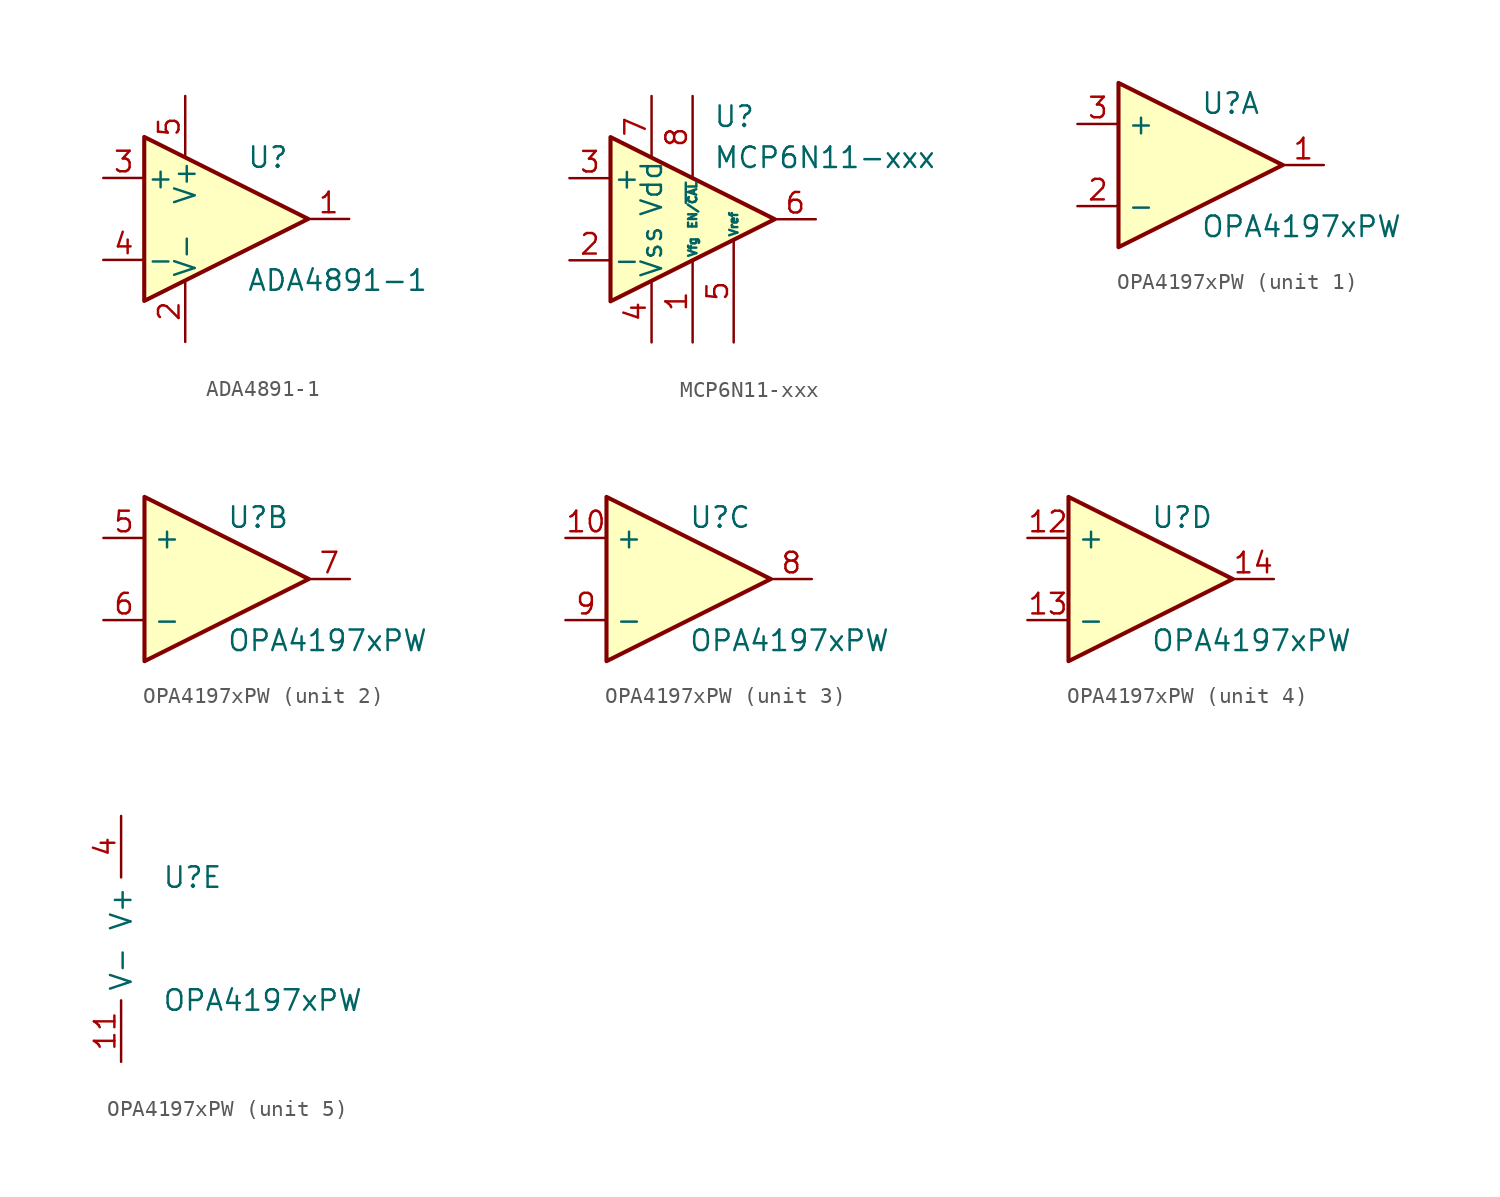
<source format=kicad_sym>
(kicad_symbol_lib
  (version 20211014)
  (generator kicad_symbol_editor)
  (symbol "ADA4891-1"
    (pin_names
      (offset 0.127))
    (property "Reference" "U"
      (at 1.27 3.81 0)
      (effects (font (size 1.27 1.27)) (justify left)))
    (property "Value" "ADA4891-1"
      (at 1.27 -3.81 0)
      (effects (font (size 1.27 1.27)) (justify left)))
    (symbol "ADA4891-1_0_1"
      (polyline (pts (xy -5.08 5.08) (xy 5.08 0) (xy -5.08 -5.08) (xy -5.08 5.08)) (stroke (width 0.254) (type default) (color 0 0 0 0)) (fill (type background))))
    (symbol "ADA4891-1_1_1"
      (pin output line (at 7.62 0 180) (length 2.54) (name "~" (effects (font (size 1.27 1.27)))) (number "1" (effects (font (size 1.27 1.27)))))
      (pin power_in line (at -2.54 -7.62 90) (length 3.81) (name "V-" (effects (font (size 1.27 1.27)))) (number "2" (effects (font (size 1.27 1.27)))))
      (pin input line (at -7.62 2.54 0) (length 2.54) (name "+" (effects (font (size 1.27 1.27)))) (number "3" (effects (font (size 1.27 1.27)))))
      (pin input line (at -7.62 -2.54 0) (length 2.54) (name "-" (effects (font (size 1.27 1.27)))) (number "4" (effects (font (size 1.27 1.27)))))
      (pin power_in line (at -2.54 7.62 270) (length 3.81) (name "V+" (effects (font (size 1.27 1.27)))) (number "5" (effects (font (size 1.27 1.27)))))))
  (symbol "MCP6N11-xxx"
    (pin_names
      (offset 0.127))
    (property "Reference" "U"
      (at 1.27 6.35 0)
      (effects (font (size 1.27 1.27)) (justify left)))
    (property "Value" "MCP6N11-xxx"
      (at 1.27 3.81 0)
      (effects (font (size 1.27 1.27)) (justify left)))
    (symbol "MCP6N11-xxx_0_1"
      (polyline (pts (xy -5.08 5.08) (xy 5.08 0) (xy -5.08 -5.08) (xy -5.08 5.08)) (stroke (width 0.254) (type default) (color 0 0 0 0)) (fill (type background))))
    (symbol "MCP6N11-xxx_1_1"
      (pin input line (at 0 -7.62 90) (length 5.08) (name "Vfg" (effects (font (size 0.508 0.508)))) (number "1" (effects (font (size 1.27 1.27)))))
      (pin input line (at -7.62 -2.54 0) (length 2.54) (name "-" (effects (font (size 1.27 1.27)))) (number "2" (effects (font (size 1.27 1.27)))))
      (pin input line (at -7.62 2.54 0) (length 2.54) (name "+" (effects (font (size 1.27 1.27)))) (number "3" (effects (font (size 1.27 1.27)))))
      (pin power_in line (at -2.54 -7.62 90) (length 3.81) (name "Vss" (effects (font (size 1.27 1.27)))) (number "4" (effects (font (size 1.27 1.27)))))
      (pin input line (at 2.54 -7.62 90) (length 6.35) (name "Vref" (effects (font (size 0.508 0.508)))) (number "5" (effects (font (size 1.27 1.27)))))
      (pin output line (at 7.62 0 180) (length 2.54) (name "~" (effects (font (size 1.27 1.27)))) (number "6" (effects (font (size 1.27 1.27)))))
      (pin power_in line (at -2.54 7.62 270) (length 3.81) (name "Vdd" (effects (font (size 1.27 1.27)))) (number "7" (effects (font (size 1.27 1.27)))))
      (pin input line (at 0 7.62 270) (length 5.08) (name "EN/~{CAL}" (effects (font (size 0.508 0.508)))) (number "8" (effects (font (size 1.27 1.27)))))))
  (symbol "OPA4197xPW"
    (property "Reference" "U"
      (at 0 3.81 0)
      (effects (font (size 1.27 1.27)) (justify left)))
    (property "Value" "OPA4197xPW"
      (at 0 -3.81 0)
      (effects (font (size 1.27 1.27)) (justify left)))
    (property "ki_locked" ""
      (at 0 0 0)
      (effects (font (size 1.27 1.27))))
    (symbol "OPA4197xPW_1_1"
      (polyline (pts (xy -5.08 5.08) (xy 5.08 0) (xy -5.08 -5.08) (xy -5.08 5.08)) (stroke (width 0.254) (type default) (color 0 0 0 0)) (fill (type background)))
      (pin output line (at 7.62 0 180) (length 2.54) (name "~" (effects (font (size 1.27 1.27)))) (number "1" (effects (font (size 1.27 1.27)))))
      (pin input line (at -7.62 -2.54 0) (length 2.54) (name "-" (effects (font (size 1.27 1.27)))) (number "2" (effects (font (size 1.27 1.27)))))
      (pin input line (at -7.62 2.54 0) (length 2.54) (name "+" (effects (font (size 1.27 1.27)))) (number "3" (effects (font (size 1.27 1.27))))))
    (symbol "OPA4197xPW_2_1"
      (polyline (pts (xy -5.08 5.08) (xy 5.08 0) (xy -5.08 -5.08) (xy -5.08 5.08)) (stroke (width 0.254) (type default) (color 0 0 0 0)) (fill (type background)))
      (pin input line (at -7.62 2.54 0) (length 2.54) (name "+" (effects (font (size 1.27 1.27)))) (number "5" (effects (font (size 1.27 1.27)))))
      (pin input line (at -7.62 -2.54 0) (length 2.54) (name "-" (effects (font (size 1.27 1.27)))) (number "6" (effects (font (size 1.27 1.27)))))
      (pin output line (at 7.62 0 180) (length 2.54) (name "~" (effects (font (size 1.27 1.27)))) (number "7" (effects (font (size 1.27 1.27))))))
    (symbol "OPA4197xPW_3_1"
      (polyline (pts (xy -5.08 5.08) (xy 5.08 0) (xy -5.08 -5.08) (xy -5.08 5.08)) (stroke (width 0.254) (type default) (color 0 0 0 0)) (fill (type background)))
      (pin input line (at -7.62 2.54 0) (length 2.54) (name "+" (effects (font (size 1.27 1.27)))) (number "10" (effects (font (size 1.27 1.27)))))
      (pin output line (at 7.62 0 180) (length 2.54) (name "~" (effects (font (size 1.27 1.27)))) (number "8" (effects (font (size 1.27 1.27)))))
      (pin input line (at -7.62 -2.54 0) (length 2.54) (name "-" (effects (font (size 1.27 1.27)))) (number "9" (effects (font (size 1.27 1.27))))))
    (symbol "OPA4197xPW_4_1"
      (polyline (pts (xy -5.08 5.08) (xy 5.08 0) (xy -5.08 -5.08) (xy -5.08 5.08)) (stroke (width 0.254) (type default) (color 0 0 0 0)) (fill (type background)))
      (pin input line (at -7.62 2.54 0) (length 2.54) (name "+" (effects (font (size 1.27 1.27)))) (number "12" (effects (font (size 1.27 1.27)))))
      (pin input line (at -7.62 -2.54 0) (length 2.54) (name "-" (effects (font (size 1.27 1.27)))) (number "13" (effects (font (size 1.27 1.27)))))
      (pin output line (at 7.62 0 180) (length 2.54) (name "~" (effects (font (size 1.27 1.27)))) (number "14" (effects (font (size 1.27 1.27))))))
    (symbol "OPA4197xPW_5_1"
      (pin power_in line (at -2.54 -7.62 90) (length 3.81) (name "V-" (effects (font (size 1.27 1.27)))) (number "11" (effects (font (size 1.27 1.27)))))
      (pin power_in line (at -2.54 7.62 270) (length 3.81) (name "V+" (effects (font (size 1.27 1.27)))) (number "4" (effects (font (size 1.27 1.27))))))))
</source>
